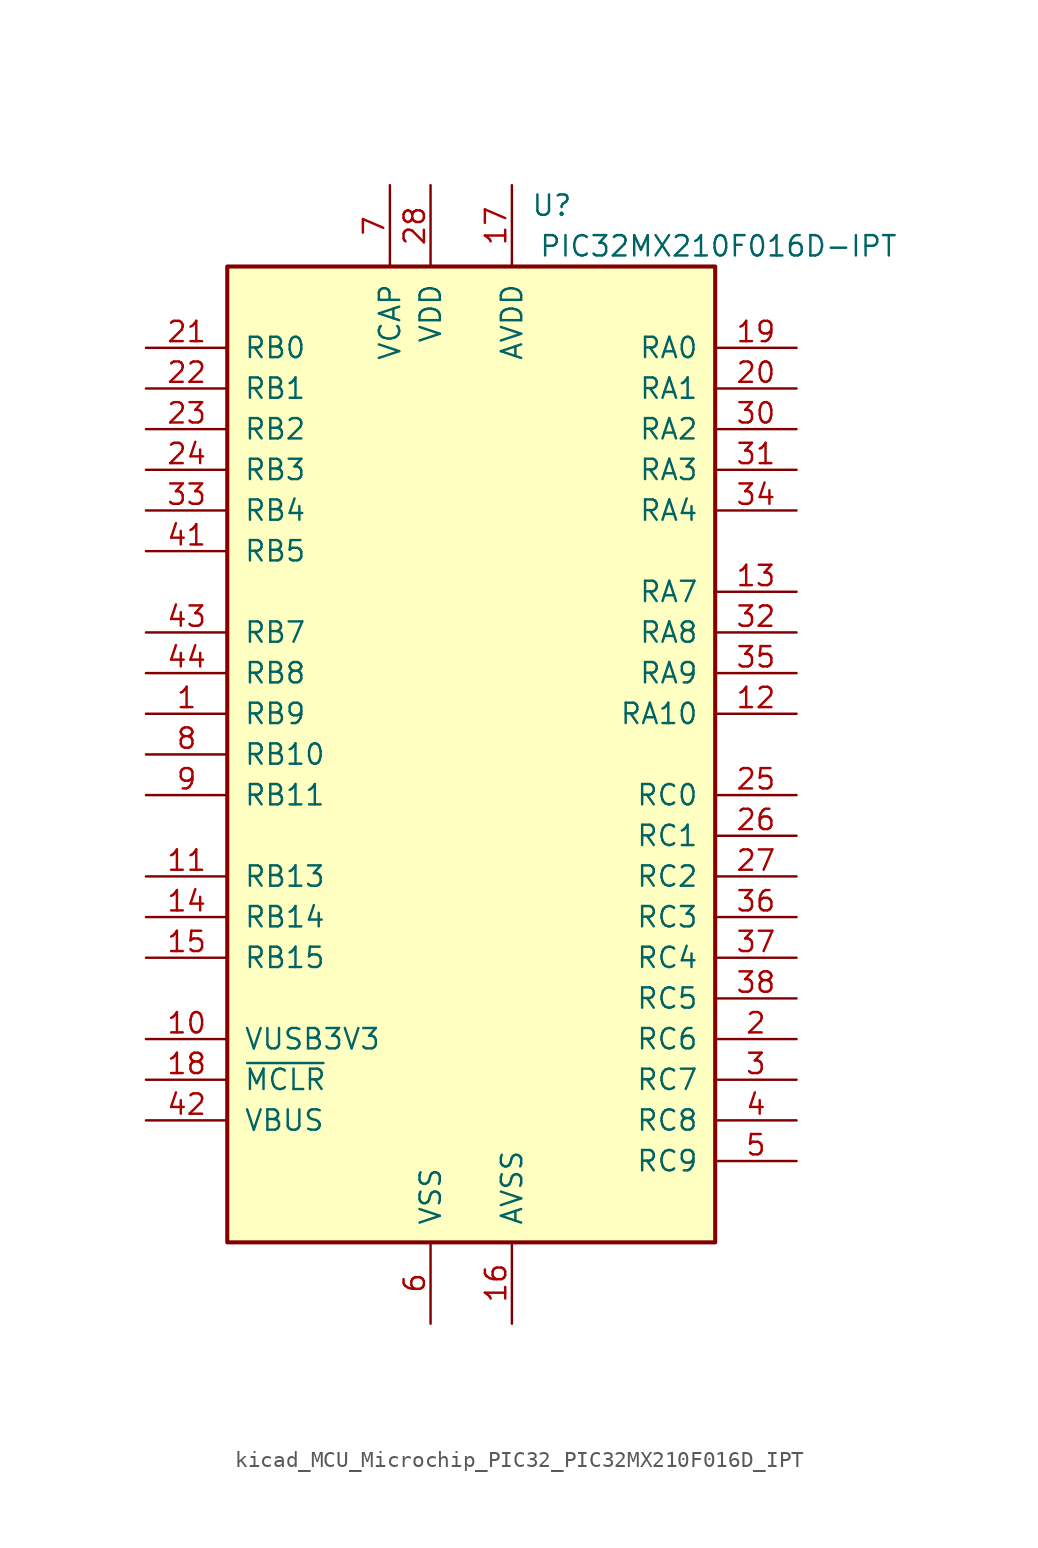
<source format=kicad_sym>
(kicad_symbol_lib
  (version 20220914)
  (generator kicad_symbol_editor)
  (symbol "kicad_MCU_Microchip_PIC32_PIC32MX210F016D_IPT"
    (pin_names
      (offset 1.016))
    (property "Reference" "U"
      (at 6.35 34.29 0)
      (effects (font (size 1.27 1.27)) (justify right)))
    (property "Value" "PIC32MX210F016D-IPT"
      (at 26.67 31.75 0)
      (effects (font (size 1.27 1.27)) (justify right)))
    (symbol "kicad_MCU_Microchip_PIC32_PIC32MX210F016D_IPT_0_1"
      (rectangle (start -15.24 30.48) (end 15.24 -30.48) (stroke (width 0.254) (type default)) (fill (type background))))
    (symbol "kicad_MCU_Microchip_PIC32_PIC32MX210F016D_IPT_1_1"
      (pin bidirectional line (at -20.32 2.54 0) (length 5.08) (name "RB9" (effects (font (size 1.27 1.27)))) (number "1" (effects (font (size 1.27 1.27)))))
      (pin bidirectional line (at -20.32 -17.78 0) (length 5.08) (name "VUSB3V3" (effects (font (size 1.27 1.27)))) (number "10" (effects (font (size 1.27 1.27)))))
      (pin bidirectional line (at -20.32 -7.62 0) (length 5.08) (name "RB13" (effects (font (size 1.27 1.27)))) (number "11" (effects (font (size 1.27 1.27)))))
      (pin bidirectional line (at 20.32 2.54 180) (length 5.08) (name "RA10" (effects (font (size 1.27 1.27)))) (number "12" (effects (font (size 1.27 1.27)))))
      (pin bidirectional line (at 20.32 10.16 180) (length 5.08) (name "RA7" (effects (font (size 1.27 1.27)))) (number "13" (effects (font (size 1.27 1.27)))))
      (pin bidirectional line (at -20.32 -10.16 0) (length 5.08) (name "RB14" (effects (font (size 1.27 1.27)))) (number "14" (effects (font (size 1.27 1.27)))))
      (pin bidirectional line (at -20.32 -12.7 0) (length 5.08) (name "RB15" (effects (font (size 1.27 1.27)))) (number "15" (effects (font (size 1.27 1.27)))))
      (pin power_in line (at 2.54 -35.56 90) (length 5.08) (name "AVSS" (effects (font (size 1.27 1.27)))) (number "16" (effects (font (size 1.27 1.27)))))
      (pin power_in line (at 2.54 35.56 270) (length 5.08) (name "AVDD" (effects (font (size 1.27 1.27)))) (number "17" (effects (font (size 1.27 1.27)))))
      (pin input line (at -20.32 -20.32 0) (length 5.08) (name "~{MCLR}" (effects (font (size 1.27 1.27)))) (number "18" (effects (font (size 1.27 1.27)))))
      (pin input line (at 20.32 25.4 180) (length 5.08) (name "RA0" (effects (font (size 1.27 1.27)))) (number "19" (effects (font (size 1.27 1.27)))))
      (pin bidirectional line (at 20.32 -17.78 180) (length 5.08) (name "RC6" (effects (font (size 1.27 1.27)))) (number "2" (effects (font (size 1.27 1.27)))))
      (pin input line (at 20.32 22.86 180) (length 5.08) (name "RA1" (effects (font (size 1.27 1.27)))) (number "20" (effects (font (size 1.27 1.27)))))
      (pin input line (at -20.32 25.4 0) (length 5.08) (name "RB0" (effects (font (size 1.27 1.27)))) (number "21" (effects (font (size 1.27 1.27)))))
      (pin input line (at -20.32 22.86 0) (length 5.08) (name "RB1" (effects (font (size 1.27 1.27)))) (number "22" (effects (font (size 1.27 1.27)))))
      (pin input line (at -20.32 20.32 0) (length 5.08) (name "RB2" (effects (font (size 1.27 1.27)))) (number "23" (effects (font (size 1.27 1.27)))))
      (pin input line (at -20.32 17.78 0) (length 5.08) (name "RB3" (effects (font (size 1.27 1.27)))) (number "24" (effects (font (size 1.27 1.27)))))
      (pin input line (at 20.32 -2.54 180) (length 5.08) (name "RC0" (effects (font (size 1.27 1.27)))) (number "25" (effects (font (size 1.27 1.27)))))
      (pin input line (at 20.32 -5.08 180) (length 5.08) (name "RC1" (effects (font (size 1.27 1.27)))) (number "26" (effects (font (size 1.27 1.27)))))
      (pin input line (at 20.32 -7.62 180) (length 5.08) (name "RC2" (effects (font (size 1.27 1.27)))) (number "27" (effects (font (size 1.27 1.27)))))
      (pin power_in line (at -2.54 35.56 270) (length 5.08) (name "VDD" (effects (font (size 1.27 1.27)))) (number "28" (effects (font (size 1.27 1.27)))))
      (pin passive line (at -2.54 -35.56 90) (length 5.08) hide (name "VSS" (effects (font (size 1.27 1.27)))) (number "29" (effects (font (size 1.27 1.27)))))
      (pin bidirectional line (at 20.32 -20.32 180) (length 5.08) (name "RC7" (effects (font (size 1.27 1.27)))) (number "3" (effects (font (size 1.27 1.27)))))
      (pin input line (at 20.32 20.32 180) (length 5.08) (name "RA2" (effects (font (size 1.27 1.27)))) (number "30" (effects (font (size 1.27 1.27)))))
      (pin input line (at 20.32 17.78 180) (length 5.08) (name "RA3" (effects (font (size 1.27 1.27)))) (number "31" (effects (font (size 1.27 1.27)))))
      (pin input line (at 20.32 7.62 180) (length 5.08) (name "RA8" (effects (font (size 1.27 1.27)))) (number "32" (effects (font (size 1.27 1.27)))))
      (pin input line (at -20.32 15.24 0) (length 5.08) (name "RB4" (effects (font (size 1.27 1.27)))) (number "33" (effects (font (size 1.27 1.27)))))
      (pin input line (at 20.32 15.24 180) (length 5.08) (name "RA4" (effects (font (size 1.27 1.27)))) (number "34" (effects (font (size 1.27 1.27)))))
      (pin input line (at 20.32 5.08 180) (length 5.08) (name "RA9" (effects (font (size 1.27 1.27)))) (number "35" (effects (font (size 1.27 1.27)))))
      (pin input line (at 20.32 -10.16 180) (length 5.08) (name "RC3" (effects (font (size 1.27 1.27)))) (number "36" (effects (font (size 1.27 1.27)))))
      (pin input line (at 20.32 -12.7 180) (length 5.08) (name "RC4" (effects (font (size 1.27 1.27)))) (number "37" (effects (font (size 1.27 1.27)))))
      (pin input line (at 20.32 -15.24 180) (length 5.08) (name "RC5" (effects (font (size 1.27 1.27)))) (number "38" (effects (font (size 1.27 1.27)))))
      (pin passive line (at -2.54 -35.56 90) (length 5.08) hide (name "VSS" (effects (font (size 1.27 1.27)))) (number "39" (effects (font (size 1.27 1.27)))))
      (pin bidirectional line (at 20.32 -22.86 180) (length 5.08) (name "RC8" (effects (font (size 1.27 1.27)))) (number "4" (effects (font (size 1.27 1.27)))))
      (pin passive line (at -2.54 35.56 270) (length 5.08) hide (name "VDD" (effects (font (size 1.27 1.27)))) (number "40" (effects (font (size 1.27 1.27)))))
      (pin input line (at -20.32 12.7 0) (length 5.08) (name "RB5" (effects (font (size 1.27 1.27)))) (number "41" (effects (font (size 1.27 1.27)))))
      (pin input line (at -20.32 -22.86 0) (length 5.08) (name "VBUS" (effects (font (size 1.27 1.27)))) (number "42" (effects (font (size 1.27 1.27)))))
      (pin input line (at -20.32 7.62 0) (length 5.08) (name "RB7" (effects (font (size 1.27 1.27)))) (number "43" (effects (font (size 1.27 1.27)))))
      (pin input line (at -20.32 5.08 0) (length 5.08) (name "RB8" (effects (font (size 1.27 1.27)))) (number "44" (effects (font (size 1.27 1.27)))))
      (pin bidirectional line (at 20.32 -25.4 180) (length 5.08) (name "RC9" (effects (font (size 1.27 1.27)))) (number "5" (effects (font (size 1.27 1.27)))))
      (pin power_in line (at -2.54 -35.56 90) (length 5.08) (name "VSS" (effects (font (size 1.27 1.27)))) (number "6" (effects (font (size 1.27 1.27)))))
      (pin power_in line (at -5.08 35.56 270) (length 5.08) (name "VCAP" (effects (font (size 1.27 1.27)))) (number "7" (effects (font (size 1.27 1.27)))))
      (pin bidirectional line (at -20.32 0 0) (length 5.08) (name "RB10" (effects (font (size 1.27 1.27)))) (number "8" (effects (font (size 1.27 1.27)))))
      (pin bidirectional line (at -20.32 -2.54 0) (length 5.08) (name "RB11" (effects (font (size 1.27 1.27)))) (number "9" (effects (font (size 1.27 1.27))))))))
</source>
